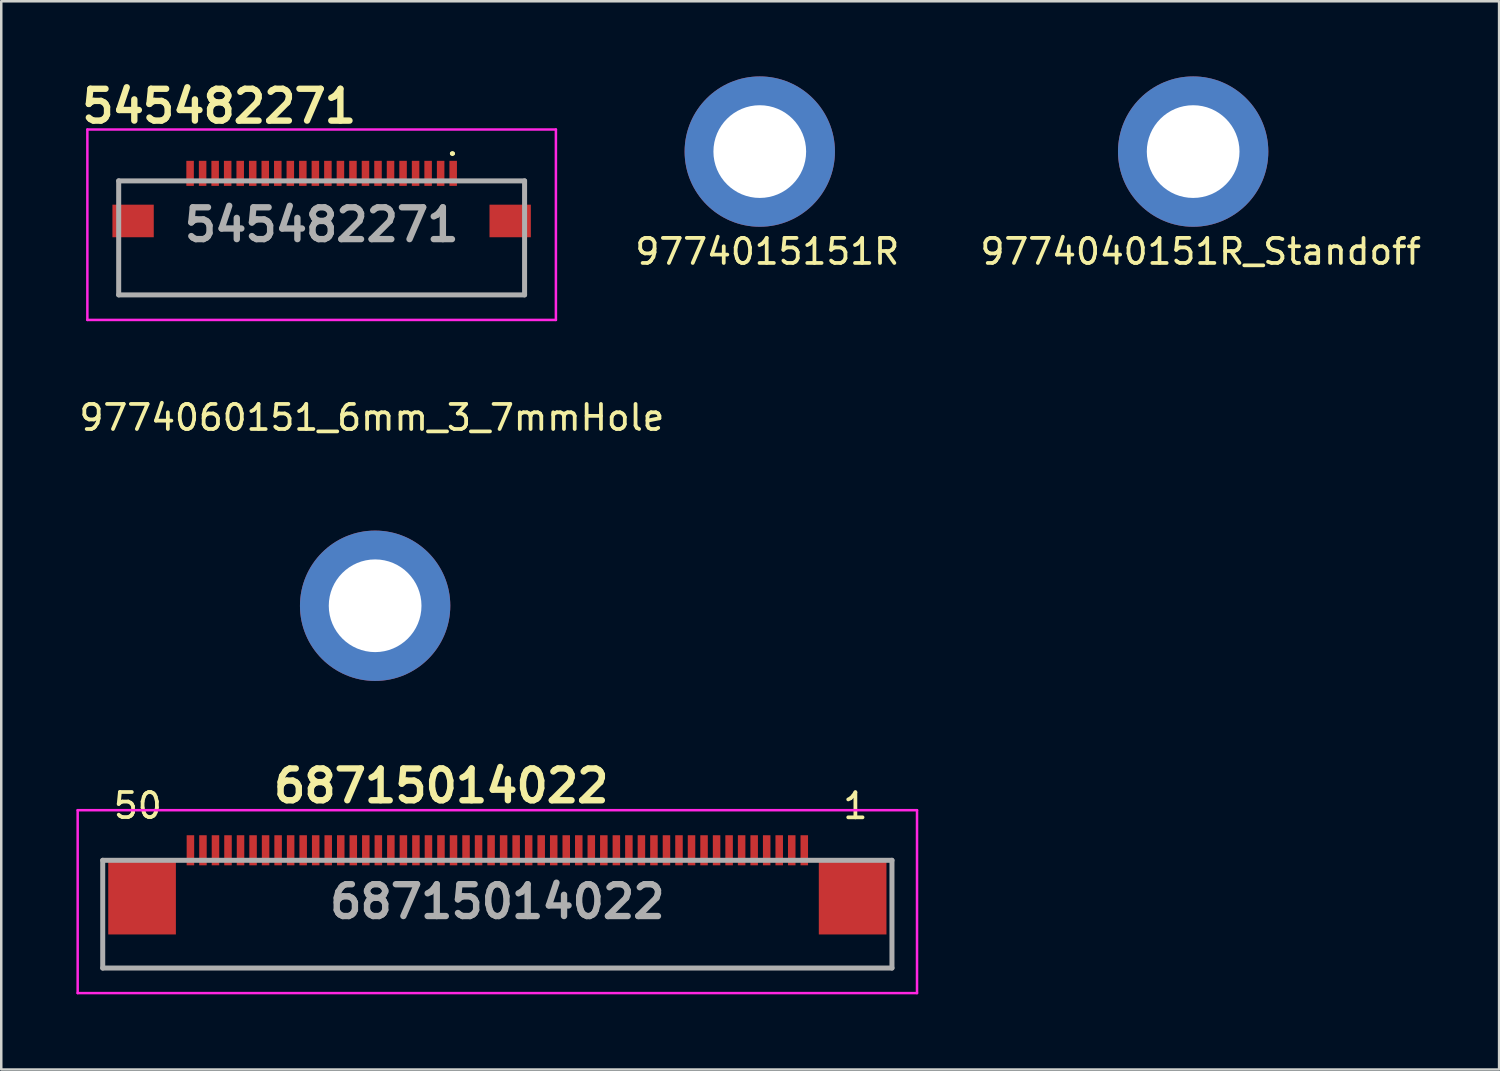
<source format=kicad_pcb>
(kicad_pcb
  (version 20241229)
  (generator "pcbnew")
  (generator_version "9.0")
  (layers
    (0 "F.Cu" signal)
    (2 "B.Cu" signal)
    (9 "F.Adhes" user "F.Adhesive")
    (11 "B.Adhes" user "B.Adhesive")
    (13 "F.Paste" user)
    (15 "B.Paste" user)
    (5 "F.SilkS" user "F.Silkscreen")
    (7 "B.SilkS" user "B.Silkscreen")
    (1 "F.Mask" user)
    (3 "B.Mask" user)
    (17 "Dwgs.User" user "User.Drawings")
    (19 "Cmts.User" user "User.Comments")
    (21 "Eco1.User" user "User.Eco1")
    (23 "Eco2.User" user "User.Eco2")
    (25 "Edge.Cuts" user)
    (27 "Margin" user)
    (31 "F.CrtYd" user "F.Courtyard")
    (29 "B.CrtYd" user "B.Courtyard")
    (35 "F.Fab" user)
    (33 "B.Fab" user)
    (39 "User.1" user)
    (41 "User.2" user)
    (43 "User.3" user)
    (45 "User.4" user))
  (footprint "9774040151R_Standoff"
    (layer "F.Cu")
    (at 44.571 3)
    (property "Reference" "9774040151R_Standoff" (at 0.3 3.99 0) (layer "F.SilkS") (effects (font (size 1 1) (thickness 0.15))))
    (attr through_hole)
    (pad "1" thru_hole circle (at 0 0) (size 6 6) (drill 3.7) (layers "*.Cu" "*.Mask")))
  (footprint "9774060151_6mm_3_7mmHole"
    (layer "F.Cu")
    (at 11.922 21.127)
    (property "Reference" "9774060151_6mm_3_7mmHole" (at -0.13 -7.51 0) (layer "F.SilkS") (effects (font (size 1 1) (thickness 0.15))))
    (attr through_hole)
    (pad "1" thru_hole circle (at 0 0) (size 6 6) (drill 3.7) (layers "*.Cu" "*.Mask")))
  (footprint "9774015151R"
    (layer "F.Cu")
    (at 27.274 3)
    (property "Reference" "9774015151R" (at 0.3 3.99 0) (layer "F.SilkS") (effects (font (size 1 1) (thickness 0.15))))
    (attr through_hole)
    (pad "1" thru_hole circle (at 0 0) (size 6 6) (drill 3.7) (layers "*.Cu" "*.Mask")))
  (footprint "68715014022"
    (layer "F.Cu")
    (at 16.8 32.936)
    (property "Reference" "68715014022" (at -2.24 -4.62 0) (layer "F.SilkS") (effects (font (size 1.27 1.27) (thickness 0.254))))
    (attr smd)
    (fp_line (start -15.75 -1.65) (end -15.75 2.65) (stroke (width 0.1) (type solid)) (layer "F.SilkS"))
    (fp_line (start -15.75 2.65) (end 15.75 2.65) (stroke (width 0.1) (type solid)) (layer "F.SilkS"))
    (fp_line (start 15.75 2.65) (end 15.75 -1.65) (stroke (width 0.1) (type solid)) (layer "F.SilkS"))
    (fp_line (start -16.75 -3.65) (end 16.75 -3.65) (stroke (width 0.1) (type solid)) (layer "F.CrtYd"))
    (fp_line (start -16.75 3.65) (end -16.75 -3.65) (stroke (width 0.1) (type solid)) (layer "F.CrtYd"))
    (fp_line (start 16.75 -3.65) (end 16.75 3.65) (stroke (width 0.1) (type solid)) (layer "F.CrtYd"))
    (fp_line (start 16.75 3.65) (end -16.75 3.65) (stroke (width 0.1) (type solid)) (layer "F.CrtYd"))
    (fp_line (start -15.75 -1.65) (end 15.75 -1.65) (stroke (width 0.2) (type solid)) (layer "F.Fab"))
    (fp_line (start -15.75 2.65) (end -15.75 -1.65) (stroke (width 0.2) (type solid)) (layer "F.Fab"))
    (fp_line (start 15.75 -1.65) (end 15.75 2.65) (stroke (width 0.2) (type solid)) (layer "F.Fab"))
    (fp_line (start 15.75 2.65) (end -15.75 2.65) (stroke (width 0.2) (type solid)) (layer "F.Fab"))
    (fp_text user "1" (at 14.29 -3.82 0) (layer "F.SilkS") (effects (font (size 1 1) (thickness 0.15))))
    (fp_text user "50" (at -14.35 -3.83 0) (layer "F.SilkS") (effects (font (size 1 1) (thickness 0.15))))
    (fp_text user "${REFERENCE}" (at 0 0 0) (layer "F.Fab") (effects (font (size 1.27 1.27) (thickness 0.254))))
    (pad "1" smd rect (at 12.25 -2.05) (size 0.3 1.2) (layers "F.Cu" "F.Mask" "F.Paste"))
    (pad "2" smd rect (at 11.75 -2.05) (size 0.3 1.2) (layers "F.Cu" "F.Mask" "F.Paste"))
    (pad "3" smd rect (at 11.25 -2.05) (size 0.3 1.2) (layers "F.Cu" "F.Mask" "F.Paste"))
    (pad "4" smd rect (at 10.75 -2.05) (size 0.3 1.2) (layers "F.Cu" "F.Mask" "F.Paste"))
    (pad "5" smd rect (at 10.25 -2.05) (size 0.3 1.2) (layers "F.Cu" "F.Mask" "F.Paste"))
    (pad "6" smd rect (at 9.75 -2.05) (size 0.3 1.2) (layers "F.Cu" "F.Mask" "F.Paste"))
    (pad "7" smd rect (at 9.25 -2.05) (size 0.3 1.2) (layers "F.Cu" "F.Mask" "F.Paste"))
    (pad "8" smd rect (at 8.75 -2.05) (size 0.3 1.2) (layers "F.Cu" "F.Mask" "F.Paste"))
    (pad "9" smd rect (at 8.25 -2.05) (size 0.3 1.2) (layers "F.Cu" "F.Mask" "F.Paste"))
    (pad "10" smd rect (at 7.75 -2.05) (size 0.3 1.2) (layers "F.Cu" "F.Mask" "F.Paste"))
    (pad "11" smd rect (at 7.25 -2.05) (size 0.3 1.2) (layers "F.Cu" "F.Mask" "F.Paste"))
    (pad "12" smd rect (at 6.75 -2.05) (size 0.3 1.2) (layers "F.Cu" "F.Mask" "F.Paste"))
    (pad "13" smd rect (at 6.25 -2.05) (size 0.3 1.2) (layers "F.Cu" "F.Mask" "F.Paste"))
    (pad "14" smd rect (at 5.75 -2.05) (size 0.3 1.2) (layers "F.Cu" "F.Mask" "F.Paste"))
    (pad "15" smd rect (at 5.25 -2.05) (size 0.3 1.2) (layers "F.Cu" "F.Mask" "F.Paste"))
    (pad "16" smd rect (at 4.75 -2.05) (size 0.3 1.2) (layers "F.Cu" "F.Mask" "F.Paste"))
    (pad "17" smd rect (at 4.25 -2.05) (size 0.3 1.2) (layers "F.Cu" "F.Mask" "F.Paste"))
    (pad "18" smd rect (at 3.75 -2.05) (size 0.3 1.2) (layers "F.Cu" "F.Mask" "F.Paste"))
    (pad "19" smd rect (at 3.25 -2.05) (size 0.3 1.2) (layers "F.Cu" "F.Mask" "F.Paste"))
    (pad "20" smd rect (at 2.75 -2.05) (size 0.3 1.2) (layers "F.Cu" "F.Mask" "F.Paste"))
    (pad "21" smd rect (at 2.25 -2.05) (size 0.3 1.2) (layers "F.Cu" "F.Mask" "F.Paste"))
    (pad "22" smd rect (at 1.75 -2.05) (size 0.3 1.2) (layers "F.Cu" "F.Mask" "F.Paste"))
    (pad "23" smd rect (at 1.25 -2.05) (size 0.3 1.2) (layers "F.Cu" "F.Mask" "F.Paste"))
    (pad "24" smd rect (at 0.75 -2.05) (size 0.3 1.2) (layers "F.Cu" "F.Mask" "F.Paste"))
    (pad "25" smd rect (at 0.25 -2.05) (size 0.3 1.2) (layers "F.Cu" "F.Mask" "F.Paste"))
    (pad "26" smd rect (at -0.25 -2.05) (size 0.3 1.2) (layers "F.Cu" "F.Mask" "F.Paste"))
    (pad "27" smd rect (at -0.75 -2.05) (size 0.3 1.2) (layers "F.Cu" "F.Mask" "F.Paste"))
    (pad "28" smd rect (at -1.25 -2.05) (size 0.3 1.2) (layers "F.Cu" "F.Mask" "F.Paste"))
    (pad "29" smd rect (at -1.75 -2.05) (size 0.3 1.2) (layers "F.Cu" "F.Mask" "F.Paste"))
    (pad "30" smd rect (at -2.25 -2.05) (size 0.3 1.2) (layers "F.Cu" "F.Mask" "F.Paste"))
    (pad "31" smd rect (at -2.75 -2.05) (size 0.3 1.2) (layers "F.Cu" "F.Mask" "F.Paste"))
    (pad "32" smd rect (at -3.25 -2.05) (size 0.3 1.2) (layers "F.Cu" "F.Mask" "F.Paste"))
    (pad "33" smd rect (at -3.75 -2.05) (size 0.3 1.2) (layers "F.Cu" "F.Mask" "F.Paste"))
    (pad "34" smd rect (at -4.25 -2.05) (size 0.3 1.2) (layers "F.Cu" "F.Mask" "F.Paste"))
    (pad "35" smd rect (at -4.75 -2.05) (size 0.3 1.2) (layers "F.Cu" "F.Mask" "F.Paste"))
    (pad "36" smd rect (at -5.25 -2.05) (size 0.3 1.2) (layers "F.Cu" "F.Mask" "F.Paste"))
    (pad "37" smd rect (at -5.75 -2.05) (size 0.3 1.2) (layers "F.Cu" "F.Mask" "F.Paste"))
    (pad "38" smd rect (at -6.25 -2.05) (size 0.3 1.2) (layers "F.Cu" "F.Mask" "F.Paste"))
    (pad "39" smd rect (at -6.75 -2.05) (size 0.3 1.2) (layers "F.Cu" "F.Mask" "F.Paste"))
    (pad "40" smd rect (at -7.25 -2.05) (size 0.3 1.2) (layers "F.Cu" "F.Mask" "F.Paste"))
    (pad "41" smd rect (at -7.75 -2.05) (size 0.3 1.2) (layers "F.Cu" "F.Mask" "F.Paste"))
    (pad "42" smd rect (at -8.25 -2.05) (size 0.3 1.2) (layers "F.Cu" "F.Mask" "F.Paste"))
    (pad "43" smd rect (at -8.75 -2.05) (size 0.3 1.2) (layers "F.Cu" "F.Mask" "F.Paste"))
    (pad "44" smd rect (at -9.25 -2.05) (size 0.3 1.2) (layers "F.Cu" "F.Mask" "F.Paste"))
    (pad "45" smd rect (at -9.75 -2.05) (size 0.3 1.2) (layers "F.Cu" "F.Mask" "F.Paste"))
    (pad "46" smd rect (at -10.25 -2.05) (size 0.3 1.2) (layers "F.Cu" "F.Mask" "F.Paste"))
    (pad "47" smd rect (at -10.75 -2.05) (size 0.3 1.2) (layers "F.Cu" "F.Mask" "F.Paste"))
    (pad "48" smd rect (at -11.25 -2.05) (size 0.3 1.2) (layers "F.Cu" "F.Mask" "F.Paste"))
    (pad "49" smd rect (at -11.75 -2.05) (size 0.3 1.2) (layers "F.Cu" "F.Mask" "F.Paste"))
    (pad "50" smd rect (at -12.25 -2.05) (size 0.3 1.2) (layers "F.Cu" "F.Mask" "F.Paste"))
    (pad "51" smd rect (at -14.18 -0.19 90) (size 3 2.7) (layers "F.Cu" "F.Mask" "F.Paste"))
    (pad "52" smd rect (at 14.18 -0.19 90) (size 3 2.7) (layers "F.Cu" "F.Mask" "F.Paste")))
  (footprint "545482271"
    (layer "F.Cu")
    (at 9.787 5.919)
    (property "Reference" "545482271" (at -4.09 -4.73 0) (layer "F.SilkS") (effects (font (size 1.27 1.27) (thickness 0.254))))
    (attr smd)
    (fp_line (start -8.1 0.79) (end -8.1 2.8) (stroke (width 0.1) (type solid)) (layer "F.SilkS"))
    (fp_line (start -8.1 2.8) (end 8.1 2.8) (stroke (width 0.1) (type solid)) (layer "F.SilkS"))
    (fp_line (start -6 -1.75) (end -8.1 -1.75) (stroke (width 0.1) (type solid)) (layer "F.SilkS"))
    (fp_line (start 5.17 -2.84) (end 5.17 -2.84) (stroke (width 0.1) (type solid)) (layer "F.SilkS"))
    (fp_line (start 5.27 -2.84) (end 5.27 -2.84) (stroke (width 0.1) (type solid)) (layer "F.SilkS"))
    (fp_line (start 6 -1.75) (end 8.1 -1.75) (stroke (width 0.1) (type solid)) (layer "F.SilkS"))
    (fp_line (start 8.1 2.8) (end 8.1 0.79) (stroke (width 0.1) (type solid)) (layer "F.SilkS"))
    (fp_arc (start 5.17 -2.84) (mid 5.22 -2.89) (end 5.27 -2.84) (stroke (width 0.1) (type solid)) (layer "F.SilkS"))
    (fp_arc (start 5.27 -2.84) (mid 5.22 -2.79) (end 5.17 -2.84) (stroke (width 0.1) (type solid)) (layer "F.SilkS"))
    (fp_line (start -9.35 -3.8) (end 9.35 -3.8) (stroke (width 0.1) (type solid)) (layer "F.CrtYd"))
    (fp_line (start -9.35 3.8) (end -9.35 -3.8) (stroke (width 0.1) (type solid)) (layer "F.CrtYd"))
    (fp_line (start 9.35 -3.8) (end 9.35 3.8) (stroke (width 0.1) (type solid)) (layer "F.CrtYd"))
    (fp_line (start 9.35 3.8) (end -9.35 3.8) (stroke (width 0.1) (type solid)) (layer "F.CrtYd"))
    (fp_line (start -8.1 -1.75) (end 8.1 -1.75) (stroke (width 0.2) (type solid)) (layer "F.Fab"))
    (fp_line (start -8.1 2.8) (end -8.1 -1.75) (stroke (width 0.2) (type solid)) (layer "F.Fab"))
    (fp_line (start 8.1 -1.75) (end 8.1 2.8) (stroke (width 0.2) (type solid)) (layer "F.Fab"))
    (fp_line (start 8.1 2.8) (end -8.1 2.8) (stroke (width 0.2) (type solid)) (layer "F.Fab"))
    (fp_text user "${REFERENCE}" (at 0 0 0) (layer "F.Fab") (effects (font (size 1.27 1.27) (thickness 0.254))))
    (pad "1" smd rect (at 5.25 -2.05) (size 0.3 1) (layers "F.Cu" "F.Mask" "F.Paste"))
    (pad "2" smd rect (at 4.75 -2.05) (size 0.3 1) (layers "F.Cu" "F.Mask" "F.Paste"))
    (pad "3" smd rect (at 4.25 -2.05) (size 0.3 1) (layers "F.Cu" "F.Mask" "F.Paste"))
    (pad "4" smd rect (at 3.75 -2.05) (size 0.3 1) (layers "F.Cu" "F.Mask" "F.Paste"))
    (pad "5" smd rect (at 3.25 -2.05) (size 0.3 1) (layers "F.Cu" "F.Mask" "F.Paste"))
    (pad "6" smd rect (at 2.75 -2.05) (size 0.3 1) (layers "F.Cu" "F.Mask" "F.Paste"))
    (pad "7" smd rect (at 2.25 -2.05) (size 0.3 1) (layers "F.Cu" "F.Mask" "F.Paste"))
    (pad "8" smd rect (at 1.75 -2.05) (size 0.3 1) (layers "F.Cu" "F.Mask" "F.Paste"))
    (pad "9" smd rect (at 1.25 -2.05) (size 0.3 1) (layers "F.Cu" "F.Mask" "F.Paste"))
    (pad "10" smd rect (at 0.75 -2.05) (size 0.3 1) (layers "F.Cu" "F.Mask" "F.Paste"))
    (pad "11" smd rect (at 0.25 -2.05) (size 0.3 1) (layers "F.Cu" "F.Mask" "F.Paste"))
    (pad "12" smd rect (at -0.25 -2.05) (size 0.3 1) (layers "F.Cu" "F.Mask" "F.Paste"))
    (pad "13" smd rect (at -0.75 -2.05) (size 0.3 1) (layers "F.Cu" "F.Mask" "F.Paste"))
    (pad "14" smd rect (at -1.25 -2.05) (size 0.3 1) (layers "F.Cu" "F.Mask" "F.Paste"))
    (pad "15" smd rect (at -1.75 -2.05) (size 0.3 1) (layers "F.Cu" "F.Mask" "F.Paste"))
    (pad "16" smd rect (at -2.25 -2.05) (size 0.3 1) (layers "F.Cu" "F.Mask" "F.Paste"))
    (pad "17" smd rect (at -2.75 -2.05) (size 0.3 1) (layers "F.Cu" "F.Mask" "F.Paste"))
    (pad "18" smd rect (at -3.25 -2.05) (size 0.3 1) (layers "F.Cu" "F.Mask" "F.Paste"))
    (pad "19" smd rect (at -3.75 -2.05) (size 0.3 1) (layers "F.Cu" "F.Mask" "F.Paste"))
    (pad "20" smd rect (at -4.25 -2.05) (size 0.3 1) (layers "F.Cu" "F.Mask" "F.Paste"))
    (pad "21" smd rect (at -4.75 -2.05) (size 0.3 1) (layers "F.Cu" "F.Mask" "F.Paste"))
    (pad "22" smd rect (at -5.25 -2.05) (size 0.3 1) (layers "F.Cu" "F.Mask" "F.Paste"))
    (pad "23" smd rect (at -7.525 -0.15) (size 1.65 1.3) (layers "F.Cu" "F.Mask" "F.Paste"))
    (pad "24" smd rect (at 7.525 -0.15) (size 1.65 1.3) (layers "F.Cu" "F.Mask" "F.Paste")))
  (gr_rect
    (start -3 -3)
    (end 56.782 39.636)
    (stroke (width 0.1) (type default))
    (fill no)
    (layer "Edge.Cuts")))
</source>
